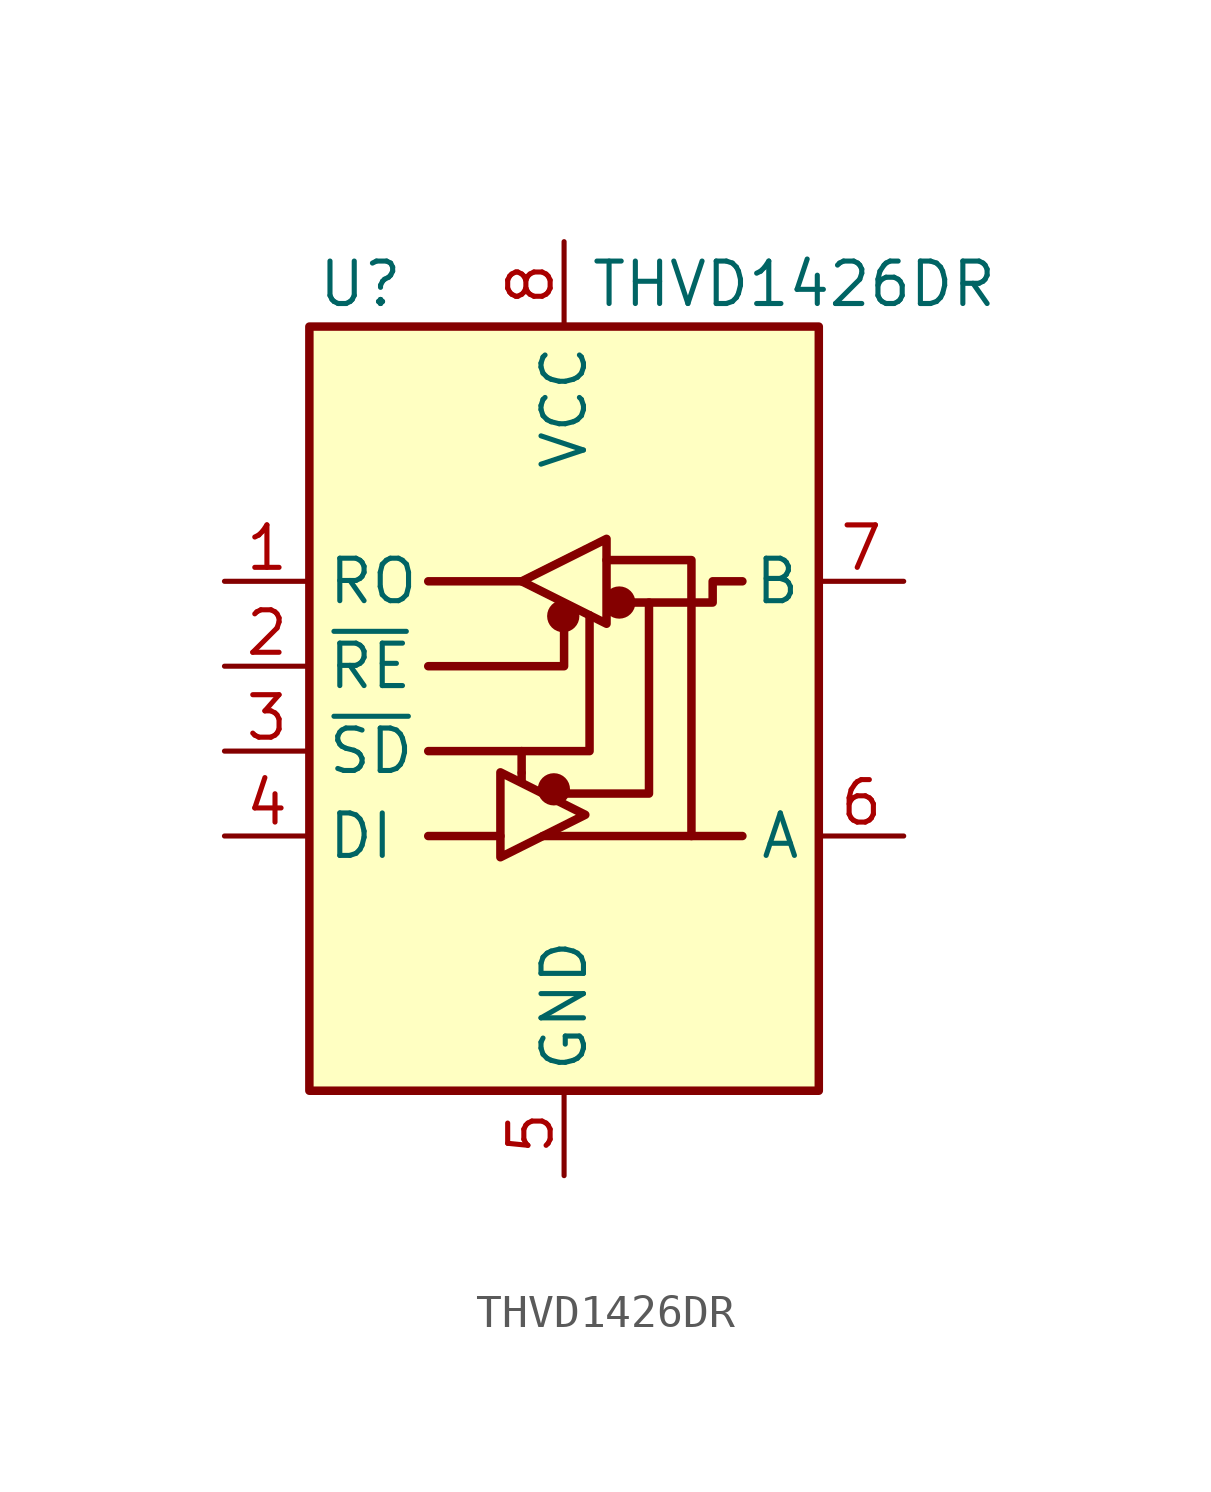
<source format=kicad_sym>
(kicad_symbol_lib
  (version 20220914)
  (generator kicad_symbol_editor)
  (symbol "THVD1426DR"
    (property "Reference" "U"
      (at -6.096 11.43 0)
      (effects (font (size 1.27 1.27))))
    (property "Value" "THVD1426DR"
      (at 0.762 11.43 0)
      (effects (font (size 1.27 1.27)) (justify left)))
    (symbol "THVD1426DR_0_1"
      (rectangle (start -7.62 10.16) (end 7.62 -12.7) (stroke (width 0.254) (type default)) (fill (type background)))
      (circle (center -0.305 -3.683) (radius 0.356) (stroke (width 0.254) (type default)) (fill (type outline)))
      (circle (center -0.025 1.499) (radius 0.356) (stroke (width 0.254) (type default)) (fill (type outline)))
      (polyline (pts (xy -4.064 -5.08) (xy -1.905 -5.08)) (stroke (width 0.254) (type default)) (fill (type none)))
      (polyline (pts (xy -4.064 2.54) (xy -1.27 2.54)) (stroke (width 0.254) (type default)) (fill (type none)))
      (polyline (pts (xy -1.27 -3.2) (xy -1.27 -3.454)) (stroke (width 0.254) (type default)) (fill (type none)))
      (polyline (pts (xy -0.635 -5.08) (xy 5.334 -5.08)) (stroke (width 0.254) (type default)) (fill (type none)))
      (polyline (pts (xy -4.064 -2.54) (xy -1.27 -2.54) (xy -1.27 -3.175)) (stroke (width 0.254) (type default)) (fill (type none)))
      (polyline (pts (xy 0 1.27) (xy 0 0) (xy -4.064 0)) (stroke (width 0.254) (type default)) (fill (type none)))
      (polyline (pts (xy 1.27 3.175) (xy 3.81 3.175) (xy 3.81 -5.08)) (stroke (width 0.254) (type default)) (fill (type none)))
      (polyline (pts (xy 2.54 1.905) (xy 2.54 -3.81) (xy 0 -3.81)) (stroke (width 0.254) (type default)) (fill (type none)))
      (polyline (pts (xy -1.905 -3.175) (xy -1.905 -5.715) (xy 0.635 -4.445) (xy -1.905 -3.175)) (stroke (width 0.254) (type default)) (fill (type none)))
      (polyline (pts (xy -1.27 2.54) (xy 1.27 3.81) (xy 1.27 1.27) (xy -1.27 2.54)) (stroke (width 0.254) (type default)) (fill (type none)))
      (polyline (pts (xy 1.905 1.905) (xy 4.445 1.905) (xy 4.445 2.54) (xy 5.334 2.54)) (stroke (width 0.254) (type default)) (fill (type none)))
      (rectangle (start 1.27 3.175) (end 1.27 3.175) (stroke (width 0) (type default)) (fill (type none)))
      (circle (center 1.651 1.905) (radius 0.356) (stroke (width 0.254) (type default)) (fill (type outline))))
    (symbol "THVD1426DR_1_1"
      (polyline (pts (xy 0.762 1.524) (xy 0.762 -2.54) (xy -1.27 -2.54)) (stroke (width 0.254) (type default)) (fill (type none)))
      (pin output line (at -10.16 2.54 0) (length 2.54) (name "RO" (effects (font (size 1.27 1.27)))) (number "1" (effects (font (size 1.27 1.27)))))
      (pin input line (at -10.16 0 0) (length 2.54) (name "~{RE}" (effects (font (size 1.27 1.27)))) (number "2" (effects (font (size 1.27 1.27)))))
      (pin input line (at -10.16 -2.54 0) (length 2.54) (name "~{SD}" (effects (font (size 1.27 1.27)))) (number "3" (effects (font (size 1.27 1.27)))))
      (pin input line (at -10.16 -5.08 0) (length 2.54) (name "DI" (effects (font (size 1.27 1.27)))) (number "4" (effects (font (size 1.27 1.27)))))
      (pin power_in line (at 0 -15.24 90) (length 2.54) (name "GND" (effects (font (size 1.27 1.27)))) (number "5" (effects (font (size 1.27 1.27)))))
      (pin bidirectional line (at 10.16 -5.08 180) (length 2.54) (name "A" (effects (font (size 1.27 1.27)))) (number "6" (effects (font (size 1.27 1.27)))))
      (pin bidirectional line (at 10.16 2.54 180) (length 2.54) (name "B" (effects (font (size 1.27 1.27)))) (number "7" (effects (font (size 1.27 1.27)))))
      (pin power_in line (at 0 12.7 270) (length 2.54) (name "VCC" (effects (font (size 1.27 1.27)))) (number "8" (effects (font (size 1.27 1.27))))))))
</source>
